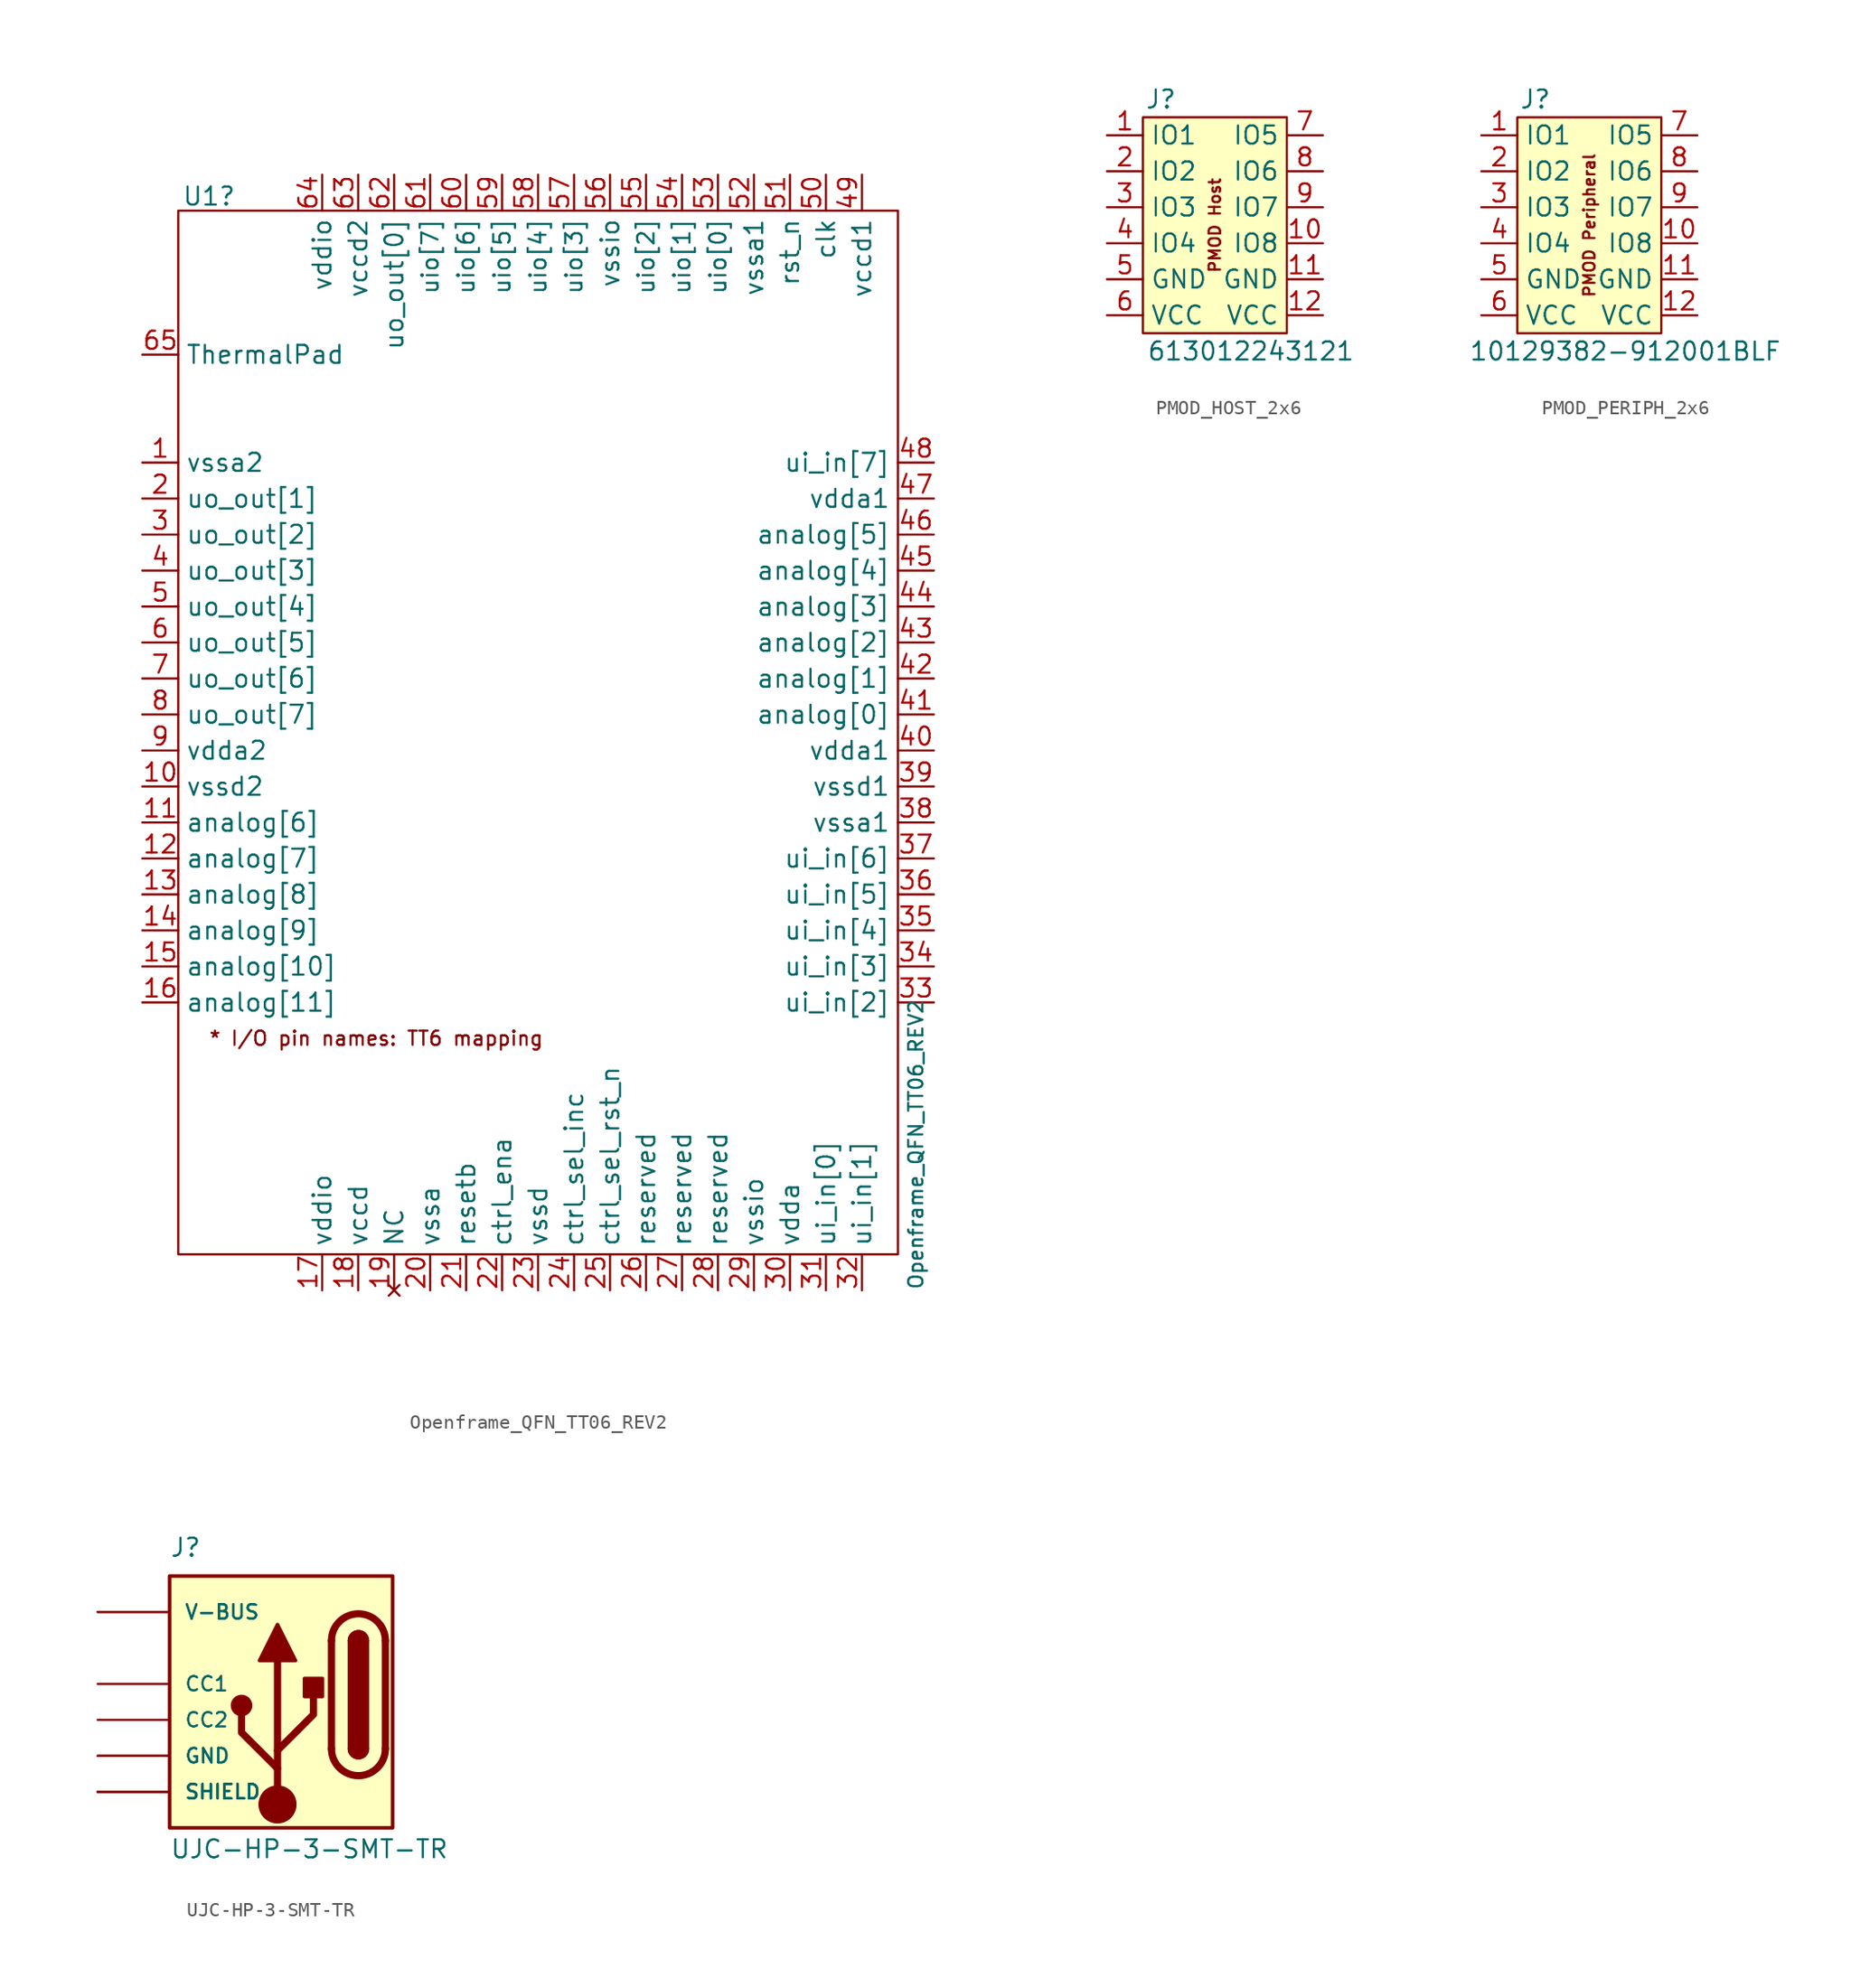
<source format=kicad_sym>
(kicad_symbol_lib
  (version 20241209)
  (generator "kicad_symbol_editor")
  (generator_version "9.0")
  (symbol "Openframe_QFN_TT06_REV2"
    (property "Reference" "U1"
      (at -26.416 41.656 0)
      (effects (font (size 1.27 1.27)) (justify left)))
    (property "Value" "Openframe_QFN_TT06_REV2"
      (at 25.4 -35.56 90)
      (effects (font (size 1 1)) (justify left)))
    (symbol "Openframe_QFN_TT06_REV2_0_1"
      (rectangle (start -26.67 40.64) (end 24.13 -33.02) (stroke (width 0) (type default)) (fill (type none))))
    (symbol "Openframe_QFN_TT06_REV2_1_1"
      (text "* I/O pin names: TT6 mapping" (at -12.7 -17.78 0) (effects (font (size 1 1))))
      (pin power_in line (at -29.21 30.48 0) (length 2.54) (name "ThermalPad" (effects (font (size 1.27 1.27)))) (number "65" (effects (font (size 1.27 1.27)))))
      (pin power_in line (at -29.21 22.86 0) (length 2.54) (name "vssa2" (effects (font (size 1.27 1.27)))) (number "1" (effects (font (size 1.27 1.27)))))
      (pin output line (at -29.21 20.32 0) (length 2.54) (name "uo_out[1]" (effects (font (size 1.27 1.27)))) (number "2" (effects (font (size 1.27 1.27)))))
      (pin output line (at -29.21 17.78 0) (length 2.54) (name "uo_out[2]" (effects (font (size 1.27 1.27)))) (number "3" (effects (font (size 1.27 1.27)))))
      (pin output line (at -29.21 15.24 0) (length 2.54) (name "uo_out[3]" (effects (font (size 1.27 1.27)))) (number "4" (effects (font (size 1.27 1.27)))))
      (pin output line (at -29.21 12.7 0) (length 2.54) (name "uo_out[4]" (effects (font (size 1.27 1.27)))) (number "5" (effects (font (size 1.27 1.27)))))
      (pin output line (at -29.21 10.16 0) (length 2.54) (name "uo_out[5]" (effects (font (size 1.27 1.27)))) (number "6" (effects (font (size 1.27 1.27)))))
      (pin output line (at -29.21 7.62 0) (length 2.54) (name "uo_out[6]" (effects (font (size 1.27 1.27)))) (number "7" (effects (font (size 1.27 1.27)))))
      (pin output line (at -29.21 5.08 0) (length 2.54) (name "uo_out[7]" (effects (font (size 1.27 1.27)))) (number "8" (effects (font (size 1.27 1.27)))))
      (pin power_in line (at -29.21 2.54 0) (length 2.54) (name "vdda2" (effects (font (size 1.27 1.27)))) (number "9" (effects (font (size 1.27 1.27)))))
      (pin power_in line (at -29.21 0 0) (length 2.54) (name "vssd2" (effects (font (size 1.27 1.27)))) (number "10" (effects (font (size 1.27 1.27)))))
      (pin passive line (at -29.21 -2.54 0) (length 2.54) (name "analog[6]" (effects (font (size 1.27 1.27)))) (number "11" (effects (font (size 1.27 1.27)))))
      (pin passive line (at -29.21 -5.08 0) (length 2.54) (name "analog[7]" (effects (font (size 1.27 1.27)))) (number "12" (effects (font (size 1.27 1.27)))))
      (pin passive line (at -29.21 -7.62 0) (length 2.54) (name "analog[8]" (effects (font (size 1.27 1.27)))) (number "13" (effects (font (size 1.27 1.27)))))
      (pin passive line (at -29.21 -10.16 0) (length 2.54) (name "analog[9]" (effects (font (size 1.27 1.27)))) (number "14" (effects (font (size 1.27 1.27)))))
      (pin passive line (at -29.21 -12.7 0) (length 2.54) (name "analog[10]" (effects (font (size 1.27 1.27)))) (number "15" (effects (font (size 1.27 1.27)))))
      (pin passive line (at -29.21 -15.24 0) (length 2.54) (name "analog[11]" (effects (font (size 1.27 1.27)))) (number "16" (effects (font (size 1.27 1.27)))))
      (pin power_in line (at -16.51 43.18 270) (length 2.54) (name "vddio" (effects (font (size 1.27 1.27)))) (number "64" (effects (font (size 1.27 1.27)))))
      (pin power_in line (at -16.51 -35.56 90) (length 2.54) (name "vddio" (effects (font (size 1.27 1.27)))) (number "17" (effects (font (size 1.27 1.27)))))
      (pin power_in line (at -13.97 43.18 270) (length 2.54) (name "vccd2" (effects (font (size 1.27 1.27)))) (number "63" (effects (font (size 1.27 1.27)))))
      (pin power_in line (at -13.97 -35.56 90) (length 2.54) (name "vccd" (effects (font (size 1.27 1.27)))) (number "18" (effects (font (size 1.27 1.27)))))
      (pin output line (at -11.43 43.18 270) (length 2.54) (name "uo_out[0]" (effects (font (size 1.27 1.27)))) (number "62" (effects (font (size 1.27 1.27)))))
      (pin no_connect line (at -11.43 -35.56 90) (length 2.54) (name "NC" (effects (font (size 1.27 1.27)))) (number "19" (effects (font (size 1.27 1.27)))))
      (pin bidirectional line (at -8.89 43.18 270) (length 2.54) (name "uio[7]" (effects (font (size 1.15 1.15)))) (number "61" (effects (font (size 1.27 1.27)))))
      (pin power_in line (at -8.89 -35.56 90) (length 2.54) (name "vssa" (effects (font (size 1.27 1.27)))) (number "20" (effects (font (size 1.27 1.27)))))
      (pin bidirectional line (at -6.35 43.18 270) (length 2.54) (name "uio[6]" (effects (font (size 1.15 1.15)))) (number "60" (effects (font (size 1.27 1.27)))))
      (pin input line (at -6.35 -35.56 90) (length 2.54) (name "resetb" (effects (font (size 1.27 1.27)))) (number "21" (effects (font (size 1.27 1.27)))))
      (pin bidirectional line (at -3.81 43.18 270) (length 2.54) (name "uio[5]" (effects (font (size 1.15 1.15)))) (number "59" (effects (font (size 1.27 1.27)))))
      (pin input line (at -3.81 -35.56 90) (length 2.54) (name "ctrl_ena" (effects (font (size 1.27 1.27)))) (number "22" (effects (font (size 1.27 1.27)))))
      (pin bidirectional line (at -1.27 43.18 270) (length 2.54) (name "uio[4]" (effects (font (size 1.15 1.15)))) (number "58" (effects (font (size 1.27 1.27)))))
      (pin power_in line (at -1.27 -35.56 90) (length 2.54) (name "vssd" (effects (font (size 1.27 1.27)))) (number "23" (effects (font (size 1.27 1.27)))))
      (pin bidirectional line (at 1.27 43.18 270) (length 2.54) (name "uio[3]" (effects (font (size 1.15 1.15)))) (number "57" (effects (font (size 1.27 1.27)))))
      (pin output line (at 1.27 -35.56 90) (length 2.54) (name "ctrl_sel_inc" (effects (font (size 1.27 1.27)))) (number "24" (effects (font (size 1.27 1.27)))))
      (pin power_in line (at 3.81 43.18 270) (length 2.54) (name "vssio" (effects (font (size 1.27 1.27)))) (number "56" (effects (font (size 1.27 1.27)))))
      (pin output line (at 3.81 -35.56 90) (length 2.54) (name "ctrl_sel_rst_n" (effects (font (size 1.27 1.27)))) (number "25" (effects (font (size 1.27 1.27)))))
      (pin bidirectional line (at 6.35 43.18 270) (length 2.54) (name "uio[2]" (effects (font (size 1.15 1.15)))) (number "55" (effects (font (size 1.27 1.27)))))
      (pin bidirectional line (at 6.35 -35.56 90) (length 2.54) (name "reserved" (effects (font (size 1.27 1.27)))) (number "26" (effects (font (size 1.27 1.27)))))
      (pin bidirectional line (at 8.89 43.18 270) (length 2.54) (name "uio[1]" (effects (font (size 1.15 1.15)))) (number "54" (effects (font (size 1.27 1.27)))))
      (pin bidirectional line (at 8.89 -35.56 90) (length 2.54) (name "reserved" (effects (font (size 1.27 1.27)))) (number "27" (effects (font (size 1.27 1.27)))))
      (pin bidirectional line (at 11.43 43.18 270) (length 2.54) (name "uio[0]" (effects (font (size 1.15 1.15)))) (number "53" (effects (font (size 1.27 1.27)))))
      (pin bidirectional line (at 11.43 -35.56 90) (length 2.54) (name "reserved" (effects (font (size 1.27 1.27)))) (number "28" (effects (font (size 1.27 1.27)))))
      (pin power_in line (at 13.97 43.18 270) (length 2.54) (name "vssa1" (effects (font (size 1.27 1.27)))) (number "52" (effects (font (size 1.27 1.27)))))
      (pin power_in line (at 13.97 -35.56 90) (length 2.54) (name "vssio" (effects (font (size 1.27 1.27)))) (number "29" (effects (font (size 1.27 1.27)))))
      (pin input line (at 16.51 43.18 270) (length 2.54) (name "rst_n" (effects (font (size 1.27 1.27)))) (number "51" (effects (font (size 1.27 1.27)))))
      (pin power_in line (at 16.51 -35.56 90) (length 2.54) (name "vdda" (effects (font (size 1.27 1.27)))) (number "30" (effects (font (size 1.27 1.27)))))
      (pin input line (at 19.05 43.18 270) (length 2.54) (name "clk" (effects (font (size 1.27 1.27)))) (number "50" (effects (font (size 1.27 1.27)))))
      (pin input line (at 19.05 -35.56 90) (length 2.54) (name "ui_in[0]" (effects (font (size 1.27 1.27)))) (number "31" (effects (font (size 1.27 1.27)))))
      (pin power_in line (at 21.59 43.18 270) (length 2.54) (name "vccd1" (effects (font (size 1.27 1.27)))) (number "49" (effects (font (size 1.27 1.27)))))
      (pin input line (at 21.59 -35.56 90) (length 2.54) (name "ui_in[1]" (effects (font (size 1.27 1.27)))) (number "32" (effects (font (size 1.27 1.27)))))
      (pin input line (at 26.67 22.86 180) (length 2.54) (name "ui_in[7]" (effects (font (size 1.27 1.27)))) (number "48" (effects (font (size 1.27 1.27)))))
      (pin power_in line (at 26.67 20.32 180) (length 2.54) (name "vdda1" (effects (font (size 1.27 1.27)))) (number "47" (effects (font (size 1.27 1.27)))))
      (pin passive line (at 26.67 17.78 180) (length 2.54) (name "analog[5]" (effects (font (size 1.27 1.27)))) (number "46" (effects (font (size 1.27 1.27)))))
      (pin passive line (at 26.67 15.24 180) (length 2.54) (name "analog[4]" (effects (font (size 1.27 1.27)))) (number "45" (effects (font (size 1.27 1.27)))))
      (pin passive line (at 26.67 12.7 180) (length 2.54) (name "analog[3]" (effects (font (size 1.27 1.27)))) (number "44" (effects (font (size 1.27 1.27)))))
      (pin passive line (at 26.67 10.16 180) (length 2.54) (name "analog[2]" (effects (font (size 1.27 1.27)))) (number "43" (effects (font (size 1.27 1.27)))))
      (pin passive line (at 26.67 7.62 180) (length 2.54) (name "analog[1]" (effects (font (size 1.27 1.27)))) (number "42" (effects (font (size 1.27 1.27)))))
      (pin passive line (at 26.67 5.08 180) (length 2.54) (name "analog[0]" (effects (font (size 1.27 1.27)))) (number "41" (effects (font (size 1.27 1.27)))))
      (pin power_in line (at 26.67 2.54 180) (length 2.54) (name "vdda1" (effects (font (size 1.27 1.27)))) (number "40" (effects (font (size 1.27 1.27)))))
      (pin power_in line (at 26.67 0 180) (length 2.54) (name "vssd1" (effects (font (size 1.27 1.27)))) (number "39" (effects (font (size 1.27 1.27)))))
      (pin power_in line (at 26.67 -2.54 180) (length 2.54) (name "vssa1" (effects (font (size 1.27 1.27)))) (number "38" (effects (font (size 1.27 1.27)))))
      (pin input line (at 26.67 -5.08 180) (length 2.54) (name "ui_in[6]" (effects (font (size 1.27 1.27)))) (number "37" (effects (font (size 1.27 1.27)))))
      (pin input line (at 26.67 -7.62 180) (length 2.54) (name "ui_in[5]" (effects (font (size 1.27 1.27)))) (number "36" (effects (font (size 1.27 1.27)))))
      (pin input line (at 26.67 -10.16 180) (length 2.54) (name "ui_in[4]" (effects (font (size 1.27 1.27)))) (number "35" (effects (font (size 1.27 1.27)))))
      (pin input line (at 26.67 -12.7 180) (length 2.54) (name "ui_in[3]" (effects (font (size 1.27 1.27)))) (number "34" (effects (font (size 1.27 1.27)))))
      (pin input line (at 26.67 -15.24 180) (length 2.54) (name "ui_in[2]" (effects (font (size 1.27 1.27)))) (number "33" (effects (font (size 1.27 1.27)))))))
  (symbol "PMOD_HOST_2x6"
    (property "Reference" "J"
      (at -3.81 12.7 0)
      (effects (font (size 1.27 1.27))))
    (property "Value" "613012243121"
      (at 2.54 -5.08 0)
      (effects (font (size 1.27 1.27))))
    (symbol "PMOD_HOST_2x6_1_1"
      (rectangle (start -5.08 11.43) (end 5.08 -3.81) (stroke (width 0) (type default)) (fill (type background)))
      (text "PMOD Host" (at 0 3.81 900) (effects (font (size 0.8 0.8))))
      (pin bidirectional line (at -7.62 10.16 0) (length 2.54) (name "IO1" (effects (font (size 1.27 1.27)))) (number "1" (effects (font (size 1.27 1.27)))))
      (pin bidirectional line (at -7.62 7.62 0) (length 2.54) (name "IO2" (effects (font (size 1.27 1.27)))) (number "2" (effects (font (size 1.27 1.27)))))
      (pin bidirectional line (at -7.62 5.08 0) (length 2.54) (name "IO3" (effects (font (size 1.27 1.27)))) (number "3" (effects (font (size 1.27 1.27)))))
      (pin bidirectional line (at -7.62 2.54 0) (length 2.54) (name "IO4" (effects (font (size 1.27 1.27)))) (number "4" (effects (font (size 1.27 1.27)))))
      (pin power_in line (at -7.62 0 0) (length 2.54) (name "GND" (effects (font (size 1.27 1.27)))) (number "5" (effects (font (size 1.27 1.27)))))
      (pin power_in line (at -7.62 -2.54 0) (length 2.54) (name "VCC" (effects (font (size 1.27 1.27)))) (number "6" (effects (font (size 1.27 1.27)))))
      (pin bidirectional line (at 7.62 10.16 180) (length 2.54) (name "IO5" (effects (font (size 1.27 1.27)))) (number "7" (effects (font (size 1.27 1.27)))))
      (pin bidirectional line (at 7.62 7.62 180) (length 2.54) (name "IO6" (effects (font (size 1.27 1.27)))) (number "8" (effects (font (size 1.27 1.27)))))
      (pin bidirectional line (at 7.62 5.08 180) (length 2.54) (name "IO7" (effects (font (size 1.27 1.27)))) (number "9" (effects (font (size 1.27 1.27)))))
      (pin bidirectional line (at 7.62 2.54 180) (length 2.54) (name "IO8" (effects (font (size 1.27 1.27)))) (number "10" (effects (font (size 1.27 1.27)))))
      (pin power_in line (at 7.62 0 180) (length 2.54) (name "GND" (effects (font (size 1.27 1.27)))) (number "11" (effects (font (size 1.27 1.27)))))
      (pin power_in line (at 7.62 -2.54 180) (length 2.54) (name "VCC" (effects (font (size 1.27 1.27)))) (number "12" (effects (font (size 1.27 1.27)))))))
  (symbol "PMOD_PERIPH_2x6"
    (property "Reference" "J"
      (at -3.81 12.7 0)
      (effects (font (size 1.27 1.27))))
    (property "Value" "10129382-912001BLF"
      (at 2.54 -5.08 0)
      (effects (font (size 1.27 1.27))))
    (symbol "PMOD_PERIPH_2x6_1_1"
      (rectangle (start -5.08 11.43) (end 5.08 -3.81) (stroke (width 0) (type default)) (fill (type background)))
      (text "PMOD Peripheral" (at 0 3.81 900) (effects (font (size 0.8 0.8))))
      (pin bidirectional line (at -7.62 10.16 0) (length 2.54) (name "IO1" (effects (font (size 1.27 1.27)))) (number "1" (effects (font (size 1.27 1.27)))))
      (pin bidirectional line (at -7.62 7.62 0) (length 2.54) (name "IO2" (effects (font (size 1.27 1.27)))) (number "2" (effects (font (size 1.27 1.27)))))
      (pin bidirectional line (at -7.62 5.08 0) (length 2.54) (name "IO3" (effects (font (size 1.27 1.27)))) (number "3" (effects (font (size 1.27 1.27)))))
      (pin bidirectional line (at -7.62 2.54 0) (length 2.54) (name "IO4" (effects (font (size 1.27 1.27)))) (number "4" (effects (font (size 1.27 1.27)))))
      (pin power_in line (at -7.62 0 0) (length 2.54) (name "GND" (effects (font (size 1.27 1.27)))) (number "5" (effects (font (size 1.27 1.27)))))
      (pin power_in line (at -7.62 -2.54 0) (length 2.54) (name "VCC" (effects (font (size 1.27 1.27)))) (number "6" (effects (font (size 1.27 1.27)))))
      (pin bidirectional line (at 7.62 10.16 180) (length 2.54) (name "IO5" (effects (font (size 1.27 1.27)))) (number "7" (effects (font (size 1.27 1.27)))))
      (pin bidirectional line (at 7.62 7.62 180) (length 2.54) (name "IO6" (effects (font (size 1.27 1.27)))) (number "8" (effects (font (size 1.27 1.27)))))
      (pin bidirectional line (at 7.62 5.08 180) (length 2.54) (name "IO7" (effects (font (size 1.27 1.27)))) (number "9" (effects (font (size 1.27 1.27)))))
      (pin bidirectional line (at 7.62 2.54 180) (length 2.54) (name "IO8" (effects (font (size 1.27 1.27)))) (number "10" (effects (font (size 1.27 1.27)))))
      (pin power_in line (at 7.62 0 180) (length 2.54) (name "GND" (effects (font (size 1.27 1.27)))) (number "11" (effects (font (size 1.27 1.27)))))
      (pin power_in line (at 7.62 -2.54 180) (length 2.54) (name "VCC" (effects (font (size 1.27 1.27)))) (number "12" (effects (font (size 1.27 1.27)))))))
  (symbol "UJC-HP-3-SMT-TR"
    (pin_numbers
      (hide yes))
    (pin_names
      (offset 1.016))
    (property "Reference" "J"
      (at -7.62 8.89 0)
      (effects (font (size 1.27 1.27)) (justify left bottom)))
    (property "Value" "UJC-HP-3-SMT-TR"
      (at -7.62 -10.922 0)
      (effects (font (size 1.27 1.27)) (justify left top)))
    (symbol "UJC-HP-3-SMT-TR_0_0"
      (rectangle (start -7.62 7.62) (end 8.128 -10.16) (stroke (width 0.254) (type default)) (fill (type background)))
      (pin power_in line (at -12.7 5.08 0) (length 5.08) (name "V-BUS" (effects (font (size 1.016 1.016)))) (number "A9" (effects (font (size 1.016 1.016)))))
      (pin power_in line (at -12.7 5.08 0) (length 5.08) (name "V-BUS" (effects (font (size 1.016 1.016)))) (number "B9" (effects (font (size 1.016 1.016)))))
      (pin bidirectional line (at -12.7 0 0) (length 5.08) (name "CC1" (effects (font (size 1.016 1.016)))) (number "A5" (effects (font (size 1.016 1.016)))))
      (pin bidirectional line (at -12.7 -2.54 0) (length 5.08) (name "CC2" (effects (font (size 1.016 1.016)))) (number "B5" (effects (font (size 1.016 1.016)))))
      (pin power_in line (at -12.7 -5.08 0) (length 5.08) (name "GND" (effects (font (size 1.016 1.016)))) (number "A12" (effects (font (size 1.016 1.016)))))
      (pin power_in line (at -12.7 -5.08 0) (length 5.08) (name "GND" (effects (font (size 1.016 1.016)))) (number "B12" (effects (font (size 1.016 1.016)))))
      (pin passive line (at -12.7 -7.62 0) (length 5.08) (name "SHIELD" (effects (font (size 1.016 1.016)))) (number "S1" (effects (font (size 1.016 1.016)))))
      (pin passive line (at -12.7 -7.62 0) (length 5.08) (name "SHIELD" (effects (font (size 1.016 1.016)))) (number "S2" (effects (font (size 1.016 1.016)))))
      (pin passive line (at -12.7 -7.62 0) (length 5.08) (name "SHIELD" (effects (font (size 1.016 1.016)))) (number "S3" (effects (font (size 1.016 1.016)))))
      (pin passive line (at -12.7 -7.62 0) (length 5.08) (name "SHIELD" (effects (font (size 1.016 1.016)))) (number "S4" (effects (font (size 1.016 1.016))))))
    (symbol "UJC-HP-3-SMT-TR_0_1"
      (polyline (pts (xy 3.81 -4.572) (xy 3.81 3.048)) (stroke (width 0.508) (type default)) (fill (type none)))
      (rectangle (start 5.08 -4.572) (end 6.35 3.048) (stroke (width 0.254) (type default)) (fill (type outline)))
      (arc (start 5.08 3.048) (mid 5.715 3.6803) (end 6.35 3.048) (stroke (width 0.254) (type default)) (fill (type none)))
      (arc (start 5.08 3.048) (mid 5.715 3.6803) (end 6.35 3.048) (stroke (width 0.254) (type default)) (fill (type outline)))
      (arc (start 3.81 3.048) (mid 5.715 4.9447) (end 7.62 3.048) (stroke (width 0.508) (type default)) (fill (type none)))
      (arc (start 7.62 -4.572) (mid 5.715 -6.4687) (end 3.81 -4.572) (stroke (width 0.508) (type default)) (fill (type none)))
      (arc (start 6.35 -4.572) (mid 5.715 -5.2043) (end 5.08 -4.572) (stroke (width 0.254) (type default)) (fill (type none)))
      (arc (start 6.35 -4.572) (mid 5.715 -5.2043) (end 5.08 -4.572) (stroke (width 0.254) (type default)) (fill (type outline)))
      (polyline (pts (xy 7.62 3.048) (xy 7.62 -4.572)) (stroke (width 0.508) (type default)) (fill (type none))))
    (symbol "UJC-HP-3-SMT-TR_1_1"
      (circle (center -2.54 -1.524) (radius 0.635) (stroke (width 0.254) (type default)) (fill (type outline)))
      (polyline (pts (xy -1.27 1.651) (xy 0 4.191) (xy 1.27 1.651) (xy -1.27 1.651)) (stroke (width 0.254) (type default)) (fill (type outline)))
      (polyline (pts (xy 0 -4.699) (xy 2.54 -2.159) (xy 2.54 -0.889)) (stroke (width 0.508) (type default)) (fill (type none)))
      (polyline (pts (xy 0 -5.969) (xy -2.54 -3.429) (xy -2.54 -2.159)) (stroke (width 0.508) (type default)) (fill (type none)))
      (polyline (pts (xy 0 -8.509) (xy 0 1.651)) (stroke (width 0.508) (type default)) (fill (type none)))
      (circle (center 0 -8.509) (radius 1.27) (stroke (width 0) (type default)) (fill (type outline)))
      (rectangle (start 1.905 -0.889) (end 3.175 0.381) (stroke (width 0.254) (type default)) (fill (type outline))))))
</source>
